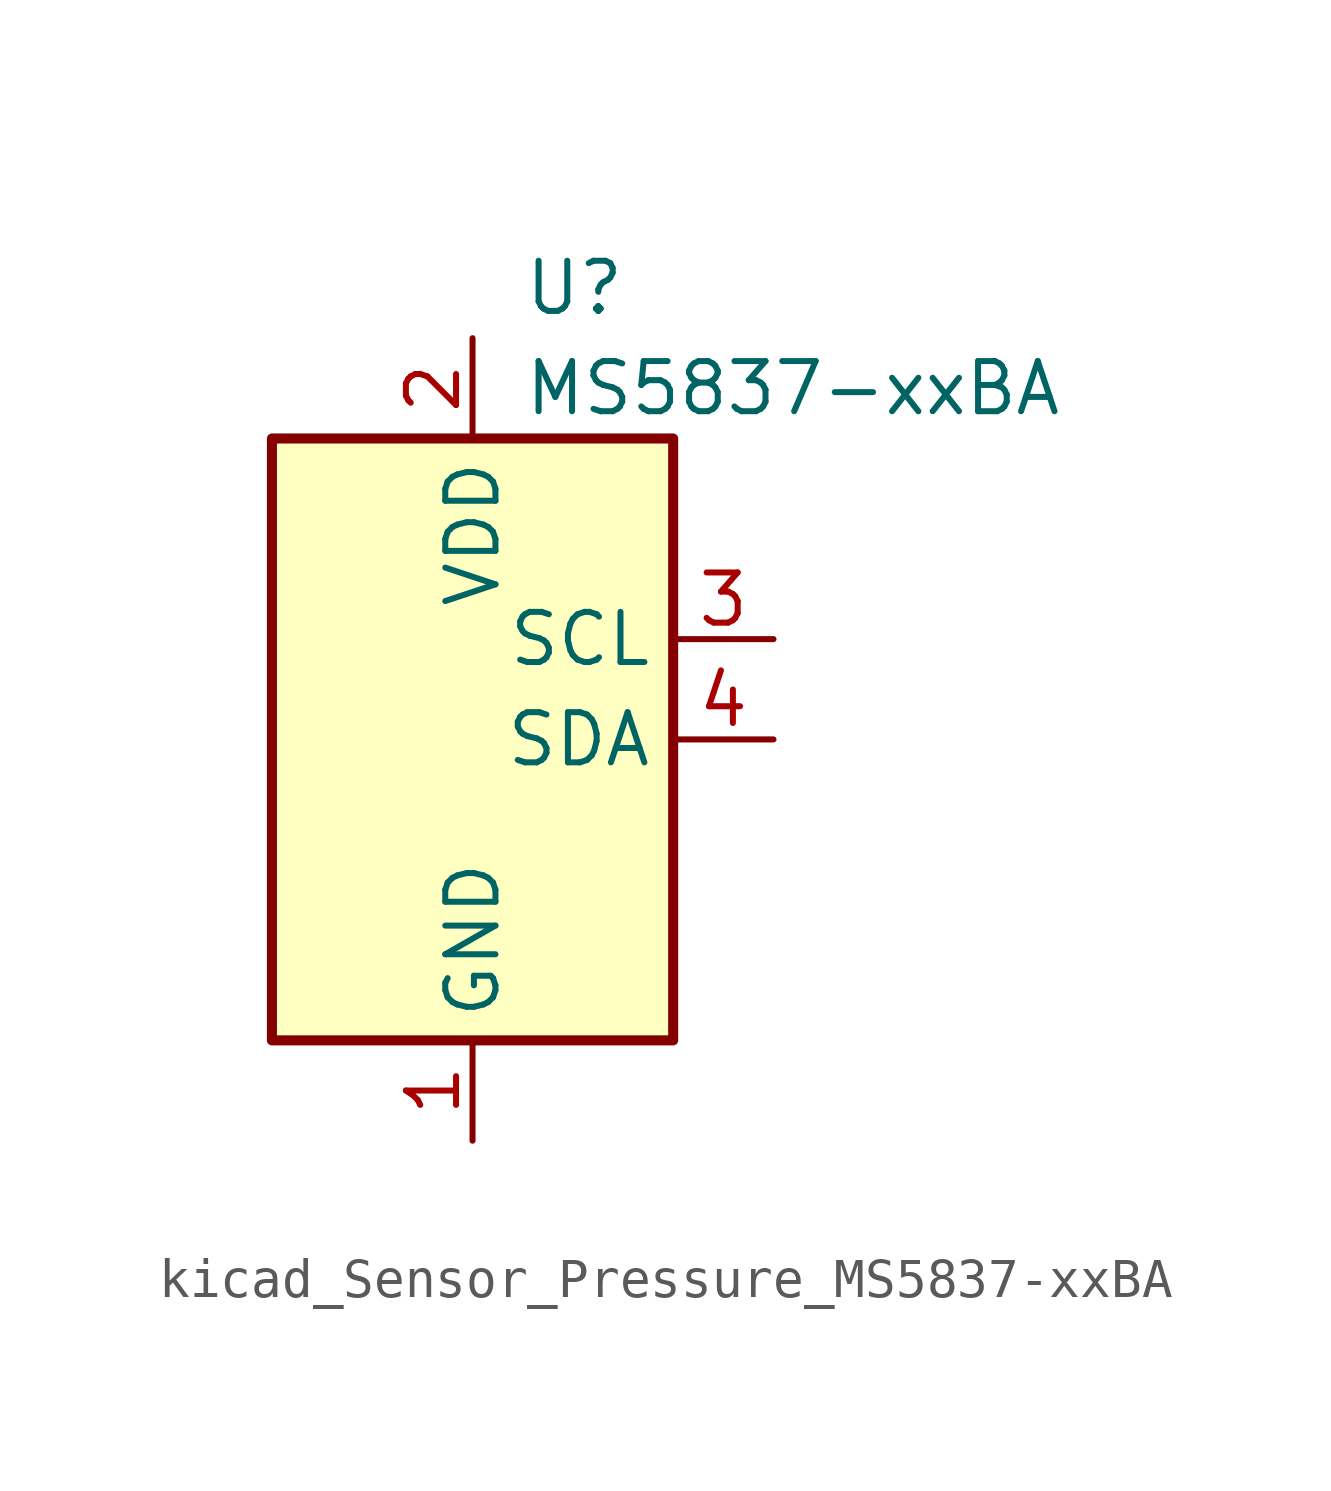
<source format=kicad_sym>
(kicad_symbol_lib
  (version 20220914)
  (generator kicad_symbol_editor)
  (symbol "kicad_Sensor_Pressure_MS5837-xxBA"
    (property "Reference" "U"
      (at 1.27 11.43 0)
      (effects (font (size 1.27 1.27)) (justify left)))
    (property "Value" "MS5837-xxBA"
      (at 1.27 8.89 0)
      (effects (font (size 1.27 1.27)) (justify left)))
    (symbol "kicad_Sensor_Pressure_MS5837-xxBA_0_1"
      (rectangle (start -5.08 7.62) (end 5.08 -7.62) (stroke (width 0.254) (type default)) (fill (type background))))
    (symbol "kicad_Sensor_Pressure_MS5837-xxBA_1_1"
      (pin power_in line (at 0 -10.16 90) (length 2.54) (name "GND" (effects (font (size 1.27 1.27)))) (number "1" (effects (font (size 1.27 1.27)))))
      (pin power_in line (at 0 10.16 270) (length 2.54) (name "VDD" (effects (font (size 1.27 1.27)))) (number "2" (effects (font (size 1.27 1.27)))))
      (pin passive line (at 7.62 2.54 180) (length 2.54) (name "SCL" (effects (font (size 1.27 1.27)))) (number "3" (effects (font (size 1.27 1.27)))))
      (pin bidirectional line (at 7.62 0 180) (length 2.54) (name "SDA" (effects (font (size 1.27 1.27)))) (number "4" (effects (font (size 1.27 1.27))))))))
</source>
